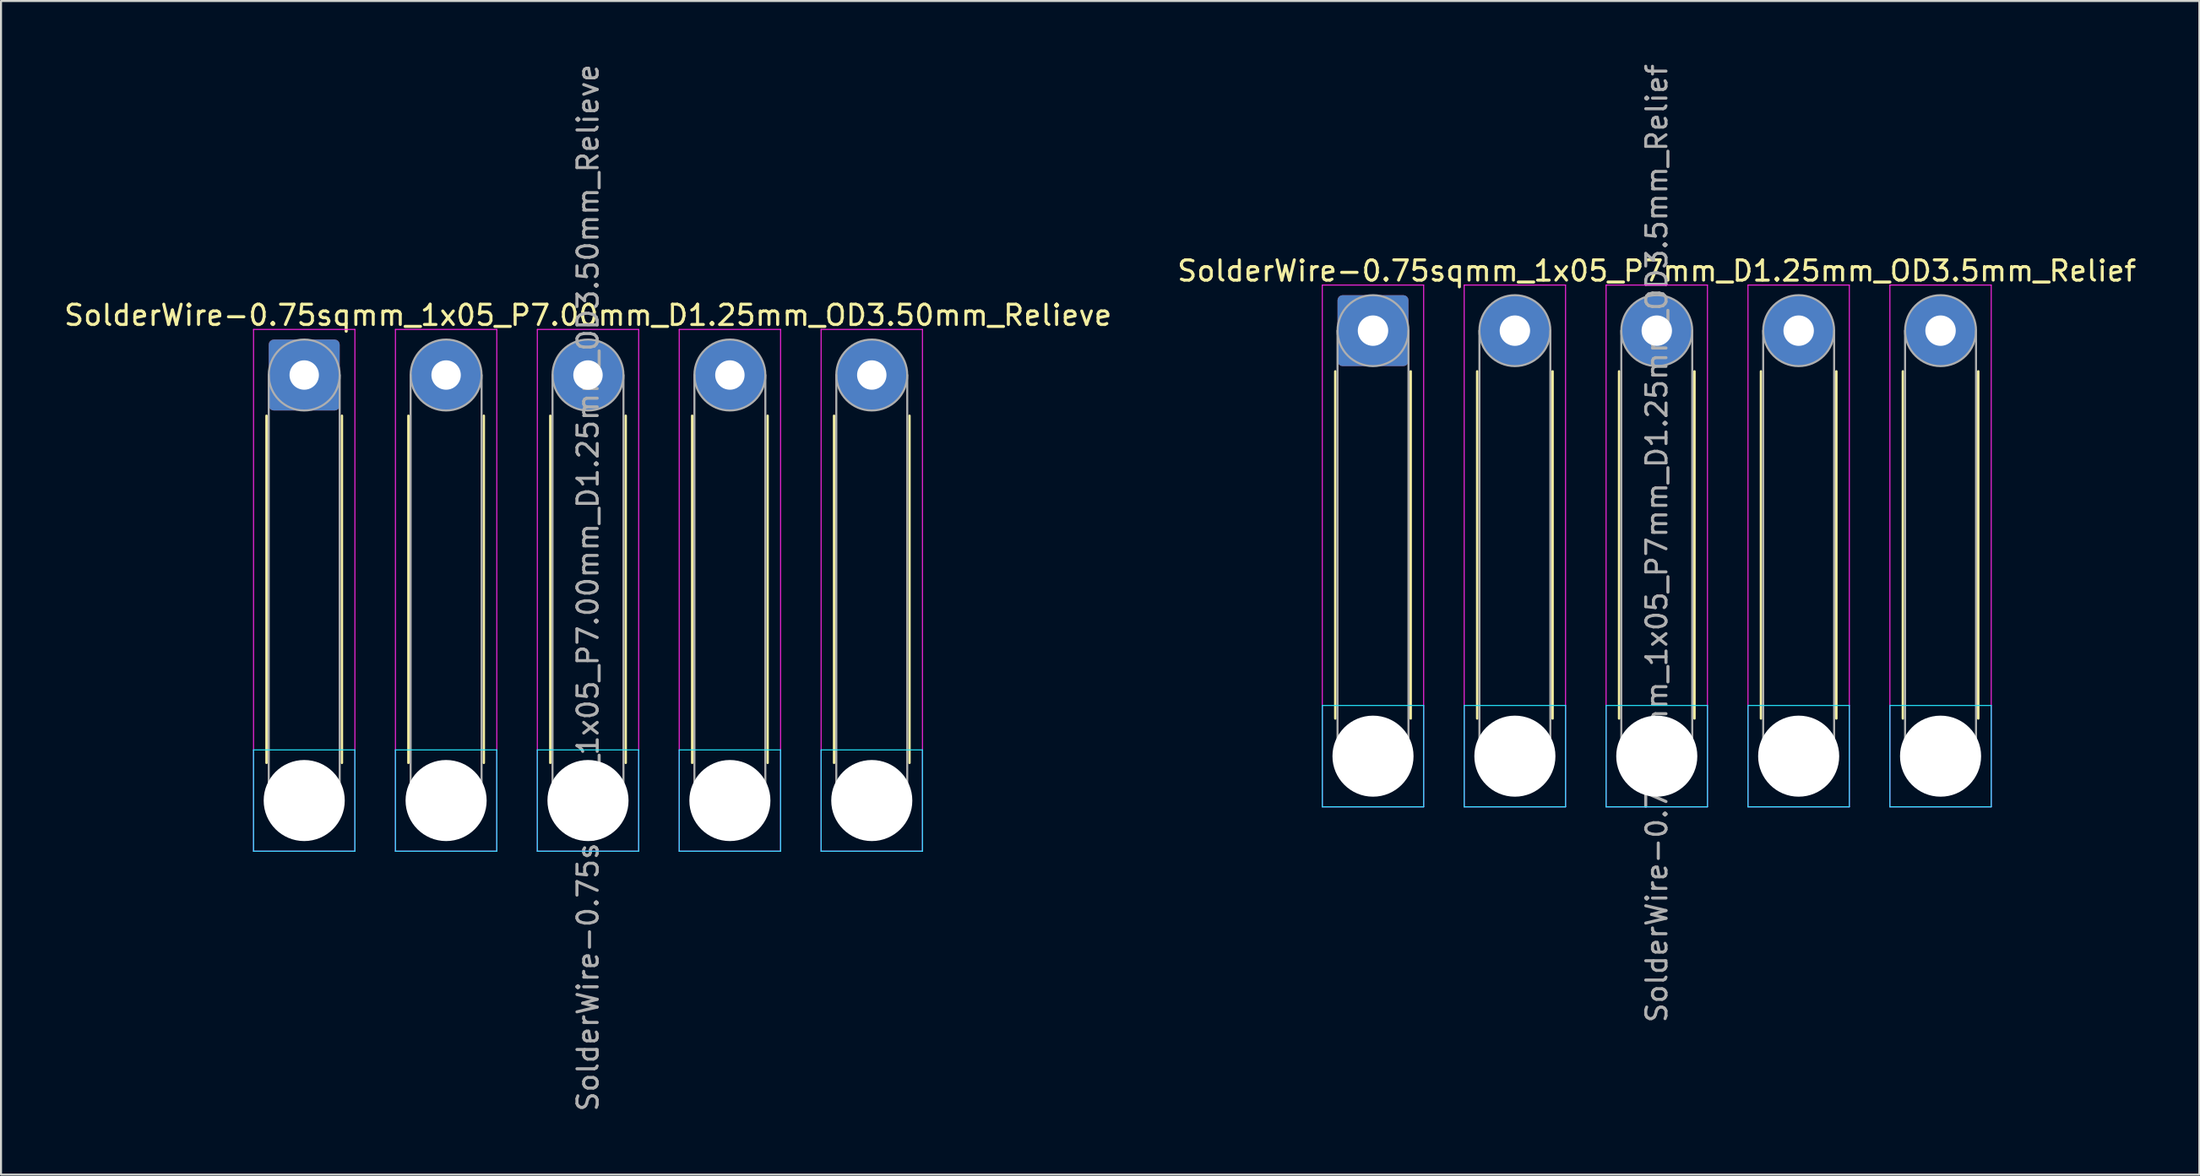
<source format=kicad_pcb>
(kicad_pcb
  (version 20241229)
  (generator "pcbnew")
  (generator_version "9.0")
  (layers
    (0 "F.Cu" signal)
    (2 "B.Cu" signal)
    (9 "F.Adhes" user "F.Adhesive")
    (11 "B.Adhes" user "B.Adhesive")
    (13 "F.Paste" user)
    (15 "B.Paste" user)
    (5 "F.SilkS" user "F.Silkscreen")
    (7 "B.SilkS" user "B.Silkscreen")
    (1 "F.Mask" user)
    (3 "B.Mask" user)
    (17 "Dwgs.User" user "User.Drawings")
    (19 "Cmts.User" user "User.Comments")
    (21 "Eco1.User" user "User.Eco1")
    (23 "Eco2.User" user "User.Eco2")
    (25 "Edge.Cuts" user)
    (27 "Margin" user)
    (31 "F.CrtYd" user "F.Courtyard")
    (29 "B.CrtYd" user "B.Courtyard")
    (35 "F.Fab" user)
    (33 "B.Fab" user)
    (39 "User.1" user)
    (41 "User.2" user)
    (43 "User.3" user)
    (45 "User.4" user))
  (footprint "SolderWire-0.75sqmm_1x05_P7mm_D1.25mm_OD3.5mm_Relief"
    (layer "F.Cu")
    (at 64.685 13.268)
    (property "Reference" "SolderWire-0.75sqmm_1x05_P7mm_D1.25mm_OD3.5mm_Relief" (at 14 -2.95 0) (layer "F.SilkS") (effects (font (size 1 1) (thickness 0.15))))
    (attr exclude_from_pos_files exclude_from_bom)
    (fp_line (start -1.86 2.01) (end -1.86 19.14) (stroke (width 0.12) (type solid)) (layer "F.SilkS"))
    (fp_line (start 1.86 2.01) (end 1.86 19.14) (stroke (width 0.12) (type solid)) (layer "F.SilkS"))
    (fp_line (start 5.14 2.01) (end 5.14 19.14) (stroke (width 0.12) (type solid)) (layer "F.SilkS"))
    (fp_line (start 8.86 2.01) (end 8.86 19.14) (stroke (width 0.12) (type solid)) (layer "F.SilkS"))
    (fp_line (start 12.14 2.01) (end 12.14 19.14) (stroke (width 0.12) (type solid)) (layer "F.SilkS"))
    (fp_line (start 15.86 2.01) (end 15.86 19.14) (stroke (width 0.12) (type solid)) (layer "F.SilkS"))
    (fp_line (start 19.14 2.01) (end 19.14 19.14) (stroke (width 0.12) (type solid)) (layer "F.SilkS"))
    (fp_line (start 22.86 2.01) (end 22.86 19.14) (stroke (width 0.12) (type solid)) (layer "F.SilkS"))
    (fp_line (start 26.14 2.01) (end 26.14 19.14) (stroke (width 0.12) (type solid)) (layer "F.SilkS"))
    (fp_line (start 29.86 2.01) (end 29.86 19.14) (stroke (width 0.12) (type solid)) (layer "F.SilkS"))
    (fp_line (start -2.5 18.5) (end -2.5 23.5) (stroke (width 0.05) (type solid)) (layer "B.CrtYd"))
    (fp_line (start -2.5 23.5) (end 2.5 23.5) (stroke (width 0.05) (type solid)) (layer "B.CrtYd"))
    (fp_line (start 2.5 18.5) (end -2.5 18.5) (stroke (width 0.05) (type solid)) (layer "B.CrtYd"))
    (fp_line (start 2.5 23.5) (end 2.5 18.5) (stroke (width 0.05) (type solid)) (layer "B.CrtYd"))
    (fp_line (start 4.5 18.5) (end 4.5 23.5) (stroke (width 0.05) (type solid)) (layer "B.CrtYd"))
    (fp_line (start 4.5 23.5) (end 9.5 23.5) (stroke (width 0.05) (type solid)) (layer "B.CrtYd"))
    (fp_line (start 9.5 18.5) (end 4.5 18.5) (stroke (width 0.05) (type solid)) (layer "B.CrtYd"))
    (fp_line (start 9.5 23.5) (end 9.5 18.5) (stroke (width 0.05) (type solid)) (layer "B.CrtYd"))
    (fp_line (start 11.5 18.5) (end 11.5 23.5) (stroke (width 0.05) (type solid)) (layer "B.CrtYd"))
    (fp_line (start 11.5 23.5) (end 16.5 23.5) (stroke (width 0.05) (type solid)) (layer "B.CrtYd"))
    (fp_line (start 16.5 18.5) (end 11.5 18.5) (stroke (width 0.05) (type solid)) (layer "B.CrtYd"))
    (fp_line (start 16.5 23.5) (end 16.5 18.5) (stroke (width 0.05) (type solid)) (layer "B.CrtYd"))
    (fp_line (start 18.5 18.5) (end 18.5 23.5) (stroke (width 0.05) (type solid)) (layer "B.CrtYd"))
    (fp_line (start 18.5 23.5) (end 23.5 23.5) (stroke (width 0.05) (type solid)) (layer "B.CrtYd"))
    (fp_line (start 23.5 18.5) (end 18.5 18.5) (stroke (width 0.05) (type solid)) (layer "B.CrtYd"))
    (fp_line (start 23.5 23.5) (end 23.5 18.5) (stroke (width 0.05) (type solid)) (layer "B.CrtYd"))
    (fp_line (start 25.5 18.5) (end 25.5 23.5) (stroke (width 0.05) (type solid)) (layer "B.CrtYd"))
    (fp_line (start 25.5 23.5) (end 30.5 23.5) (stroke (width 0.05) (type solid)) (layer "B.CrtYd"))
    (fp_line (start 30.5 18.5) (end 25.5 18.5) (stroke (width 0.05) (type solid)) (layer "B.CrtYd"))
    (fp_line (start 30.5 23.5) (end 30.5 18.5) (stroke (width 0.05) (type solid)) (layer "B.CrtYd"))
    (fp_line (start -2.5 -2.25) (end -2.5 23.5) (stroke (width 0.05) (type solid)) (layer "F.CrtYd"))
    (fp_line (start -2.5 23.5) (end 2.5 23.5) (stroke (width 0.05) (type solid)) (layer "F.CrtYd"))
    (fp_line (start 2.5 -2.25) (end -2.5 -2.25) (stroke (width 0.05) (type solid)) (layer "F.CrtYd"))
    (fp_line (start 2.5 23.5) (end 2.5 -2.25) (stroke (width 0.05) (type solid)) (layer "F.CrtYd"))
    (fp_line (start 4.5 -2.25) (end 4.5 23.5) (stroke (width 0.05) (type solid)) (layer "F.CrtYd"))
    (fp_line (start 4.5 23.5) (end 9.5 23.5) (stroke (width 0.05) (type solid)) (layer "F.CrtYd"))
    (fp_line (start 9.5 -2.25) (end 4.5 -2.25) (stroke (width 0.05) (type solid)) (layer "F.CrtYd"))
    (fp_line (start 9.5 23.5) (end 9.5 -2.25) (stroke (width 0.05) (type solid)) (layer "F.CrtYd"))
    (fp_line (start 11.5 -2.25) (end 11.5 23.5) (stroke (width 0.05) (type solid)) (layer "F.CrtYd"))
    (fp_line (start 11.5 23.5) (end 16.5 23.5) (stroke (width 0.05) (type solid)) (layer "F.CrtYd"))
    (fp_line (start 16.5 -2.25) (end 11.5 -2.25) (stroke (width 0.05) (type solid)) (layer "F.CrtYd"))
    (fp_line (start 16.5 23.5) (end 16.5 -2.25) (stroke (width 0.05) (type solid)) (layer "F.CrtYd"))
    (fp_line (start 18.5 -2.25) (end 18.5 23.5) (stroke (width 0.05) (type solid)) (layer "F.CrtYd"))
    (fp_line (start 18.5 23.5) (end 23.5 23.5) (stroke (width 0.05) (type solid)) (layer "F.CrtYd"))
    (fp_line (start 23.5 -2.25) (end 18.5 -2.25) (stroke (width 0.05) (type solid)) (layer "F.CrtYd"))
    (fp_line (start 23.5 23.5) (end 23.5 -2.25) (stroke (width 0.05) (type solid)) (layer "F.CrtYd"))
    (fp_line (start 25.5 -2.25) (end 25.5 23.5) (stroke (width 0.05) (type solid)) (layer "F.CrtYd"))
    (fp_line (start 25.5 23.5) (end 30.5 23.5) (stroke (width 0.05) (type solid)) (layer "F.CrtYd"))
    (fp_line (start 30.5 -2.25) (end 25.5 -2.25) (stroke (width 0.05) (type solid)) (layer "F.CrtYd"))
    (fp_line (start 30.5 23.5) (end 30.5 -2.25) (stroke (width 0.05) (type solid)) (layer "F.CrtYd"))
    (fp_line (start -1.75 0) (end -1.75 21) (stroke (width 0.1) (type solid)) (layer "F.Fab"))
    (fp_line (start 1.75 0) (end 1.75 21) (stroke (width 0.1) (type solid)) (layer "F.Fab"))
    (fp_line (start 5.25 0) (end 5.25 21) (stroke (width 0.1) (type solid)) (layer "F.Fab"))
    (fp_line (start 8.75 0) (end 8.75 21) (stroke (width 0.1) (type solid)) (layer "F.Fab"))
    (fp_line (start 12.25 0) (end 12.25 21) (stroke (width 0.1) (type solid)) (layer "F.Fab"))
    (fp_line (start 15.75 0) (end 15.75 21) (stroke (width 0.1) (type solid)) (layer "F.Fab"))
    (fp_line (start 19.25 0) (end 19.25 21) (stroke (width 0.1) (type solid)) (layer "F.Fab"))
    (fp_line (start 22.75 0) (end 22.75 21) (stroke (width 0.1) (type solid)) (layer "F.Fab"))
    (fp_line (start 26.25 0) (end 26.25 21) (stroke (width 0.1) (type solid)) (layer "F.Fab"))
    (fp_line (start 29.75 0) (end 29.75 21) (stroke (width 0.1) (type solid)) (layer "F.Fab"))
    (fp_circle (center 0 0) (end 1.75 0) (stroke (width 0.1) (type solid)) (fill no) (layer "F.Fab"))
    (fp_circle (center 0 21) (end 1.75 21) (stroke (width 0.1) (type solid)) (fill no) (layer "F.Fab"))
    (fp_circle (center 7 0) (end 8.75 0) (stroke (width 0.1) (type solid)) (fill no) (layer "F.Fab"))
    (fp_circle (center 7 21) (end 8.75 21) (stroke (width 0.1) (type solid)) (fill no) (layer "F.Fab"))
    (fp_circle (center 14 0) (end 15.75 0) (stroke (width 0.1) (type solid)) (fill no) (layer "F.Fab"))
    (fp_circle (center 14 21) (end 15.75 21) (stroke (width 0.1) (type solid)) (fill no) (layer "F.Fab"))
    (fp_circle (center 21 0) (end 22.75 0) (stroke (width 0.1) (type solid)) (fill no) (layer "F.Fab"))
    (fp_circle (center 21 21) (end 22.75 21) (stroke (width 0.1) (type solid)) (fill no) (layer "F.Fab"))
    (fp_circle (center 28 0) (end 29.75 0) (stroke (width 0.1) (type solid)) (fill no) (layer "F.Fab"))
    (fp_circle (center 28 21) (end 29.75 21) (stroke (width 0.1) (type solid)) (fill no) (layer "F.Fab"))
    (fp_text user "${REFERENCE}" (at 14 10.5 90) (layer "F.Fab") (effects (font (size 1 1) (thickness 0.15))))
    (pad "" np_thru_hole circle (at 0 21) (size 4 4) (drill 4) (layers "*.Cu" "*.Mask"))
    (pad "" np_thru_hole circle (at 7 21) (size 4 4) (drill 4) (layers "*.Cu" "*.Mask"))
    (pad "" np_thru_hole circle (at 14 21) (size 4 4) (drill 4) (layers "*.Cu" "*.Mask"))
    (pad "" np_thru_hole circle (at 21 21) (size 4 4) (drill 4) (layers "*.Cu" "*.Mask"))
    (pad "" np_thru_hole circle (at 28 21) (size 4 4) (drill 4) (layers "*.Cu" "*.Mask"))
    (pad "1" thru_hole roundrect (at 0 0) (size 3.5 3.5) (drill 1.5) (layers "*.Cu" "*.Mask") (roundrect_rratio 0.071))
    (pad "2" thru_hole circle (at 7 0) (size 3.5 3.5) (drill 1.5) (layers "*.Cu" "*.Mask"))
    (pad "3" thru_hole circle (at 14 0) (size 3.5 3.5) (drill 1.5) (layers "*.Cu" "*.Mask"))
    (pad "4" thru_hole circle (at 21 0) (size 3.5 3.5) (drill 1.5) (layers "*.Cu" "*.Mask"))
    (pad "5" thru_hole circle (at 28 0) (size 3.5 3.5) (drill 1.5) (layers "*.Cu" "*.Mask")))
  (footprint "SolderWire-0.75sqmm_1x05_P7.00mm_D1.25mm_OD3.50mm_Relieve"
    (layer "F.Cu")
    (at 11.958 15.458)
    (property "Reference" "SolderWire-0.75sqmm_1x05_P7.00mm_D1.25mm_OD3.50mm_Relieve" (at 14 -2.95 0) (layer "F.SilkS") (effects (font (size 1 1) (thickness 0.15))))
    (attr exclude_from_pos_files exclude_from_bom)
    (fp_line (start -1.86 2.01) (end -1.86 19.14) (stroke (width 0.12) (type solid)) (layer "F.SilkS"))
    (fp_line (start 1.86 2.01) (end 1.86 19.14) (stroke (width 0.12) (type solid)) (layer "F.SilkS"))
    (fp_line (start 5.14 2.01) (end 5.14 19.14) (stroke (width 0.12) (type solid)) (layer "F.SilkS"))
    (fp_line (start 8.86 2.01) (end 8.86 19.14) (stroke (width 0.12) (type solid)) (layer "F.SilkS"))
    (fp_line (start 12.14 2.01) (end 12.14 19.14) (stroke (width 0.12) (type solid)) (layer "F.SilkS"))
    (fp_line (start 15.86 2.01) (end 15.86 19.14) (stroke (width 0.12) (type solid)) (layer "F.SilkS"))
    (fp_line (start 19.14 2.01) (end 19.14 19.14) (stroke (width 0.12) (type solid)) (layer "F.SilkS"))
    (fp_line (start 22.86 2.01) (end 22.86 19.14) (stroke (width 0.12) (type solid)) (layer "F.SilkS"))
    (fp_line (start 26.14 2.01) (end 26.14 19.14) (stroke (width 0.12) (type solid)) (layer "F.SilkS"))
    (fp_line (start 29.86 2.01) (end 29.86 19.14) (stroke (width 0.12) (type solid)) (layer "F.SilkS"))
    (fp_line (start -2.5 18.5) (end -2.5 23.5) (stroke (width 0.05) (type solid)) (layer "B.CrtYd"))
    (fp_line (start -2.5 23.5) (end 2.5 23.5) (stroke (width 0.05) (type solid)) (layer "B.CrtYd"))
    (fp_line (start 2.5 18.5) (end -2.5 18.5) (stroke (width 0.05) (type solid)) (layer "B.CrtYd"))
    (fp_line (start 2.5 23.5) (end 2.5 18.5) (stroke (width 0.05) (type solid)) (layer "B.CrtYd"))
    (fp_line (start 4.5 18.5) (end 4.5 23.5) (stroke (width 0.05) (type solid)) (layer "B.CrtYd"))
    (fp_line (start 4.5 23.5) (end 9.5 23.5) (stroke (width 0.05) (type solid)) (layer "B.CrtYd"))
    (fp_line (start 9.5 18.5) (end 4.5 18.5) (stroke (width 0.05) (type solid)) (layer "B.CrtYd"))
    (fp_line (start 9.5 23.5) (end 9.5 18.5) (stroke (width 0.05) (type solid)) (layer "B.CrtYd"))
    (fp_line (start 11.5 18.5) (end 11.5 23.5) (stroke (width 0.05) (type solid)) (layer "B.CrtYd"))
    (fp_line (start 11.5 23.5) (end 16.5 23.5) (stroke (width 0.05) (type solid)) (layer "B.CrtYd"))
    (fp_line (start 16.5 18.5) (end 11.5 18.5) (stroke (width 0.05) (type solid)) (layer "B.CrtYd"))
    (fp_line (start 16.5 23.5) (end 16.5 18.5) (stroke (width 0.05) (type solid)) (layer "B.CrtYd"))
    (fp_line (start 18.5 18.5) (end 18.5 23.5) (stroke (width 0.05) (type solid)) (layer "B.CrtYd"))
    (fp_line (start 18.5 23.5) (end 23.5 23.5) (stroke (width 0.05) (type solid)) (layer "B.CrtYd"))
    (fp_line (start 23.5 18.5) (end 18.5 18.5) (stroke (width 0.05) (type solid)) (layer "B.CrtYd"))
    (fp_line (start 23.5 23.5) (end 23.5 18.5) (stroke (width 0.05) (type solid)) (layer "B.CrtYd"))
    (fp_line (start 25.5 18.5) (end 25.5 23.5) (stroke (width 0.05) (type solid)) (layer "B.CrtYd"))
    (fp_line (start 25.5 23.5) (end 30.5 23.5) (stroke (width 0.05) (type solid)) (layer "B.CrtYd"))
    (fp_line (start 30.5 18.5) (end 25.5 18.5) (stroke (width 0.05) (type solid)) (layer "B.CrtYd"))
    (fp_line (start 30.5 23.5) (end 30.5 18.5) (stroke (width 0.05) (type solid)) (layer "B.CrtYd"))
    (fp_line (start -2.5 -2.25) (end -2.5 23.5) (stroke (width 0.05) (type solid)) (layer "F.CrtYd"))
    (fp_line (start -2.5 23.5) (end 2.5 23.5) (stroke (width 0.05) (type solid)) (layer "F.CrtYd"))
    (fp_line (start 2.5 -2.25) (end -2.5 -2.25) (stroke (width 0.05) (type solid)) (layer "F.CrtYd"))
    (fp_line (start 2.5 23.5) (end 2.5 -2.25) (stroke (width 0.05) (type solid)) (layer "F.CrtYd"))
    (fp_line (start 4.5 -2.25) (end 4.5 23.5) (stroke (width 0.05) (type solid)) (layer "F.CrtYd"))
    (fp_line (start 4.5 23.5) (end 9.5 23.5) (stroke (width 0.05) (type solid)) (layer "F.CrtYd"))
    (fp_line (start 9.5 -2.25) (end 4.5 -2.25) (stroke (width 0.05) (type solid)) (layer "F.CrtYd"))
    (fp_line (start 9.5 23.5) (end 9.5 -2.25) (stroke (width 0.05) (type solid)) (layer "F.CrtYd"))
    (fp_line (start 11.5 -2.25) (end 11.5 23.5) (stroke (width 0.05) (type solid)) (layer "F.CrtYd"))
    (fp_line (start 11.5 23.5) (end 16.5 23.5) (stroke (width 0.05) (type solid)) (layer "F.CrtYd"))
    (fp_line (start 16.5 -2.25) (end 11.5 -2.25) (stroke (width 0.05) (type solid)) (layer "F.CrtYd"))
    (fp_line (start 16.5 23.5) (end 16.5 -2.25) (stroke (width 0.05) (type solid)) (layer "F.CrtYd"))
    (fp_line (start 18.5 -2.25) (end 18.5 23.5) (stroke (width 0.05) (type solid)) (layer "F.CrtYd"))
    (fp_line (start 18.5 23.5) (end 23.5 23.5) (stroke (width 0.05) (type solid)) (layer "F.CrtYd"))
    (fp_line (start 23.5 -2.25) (end 18.5 -2.25) (stroke (width 0.05) (type solid)) (layer "F.CrtYd"))
    (fp_line (start 23.5 23.5) (end 23.5 -2.25) (stroke (width 0.05) (type solid)) (layer "F.CrtYd"))
    (fp_line (start 25.5 -2.25) (end 25.5 23.5) (stroke (width 0.05) (type solid)) (layer "F.CrtYd"))
    (fp_line (start 25.5 23.5) (end 30.5 23.5) (stroke (width 0.05) (type solid)) (layer "F.CrtYd"))
    (fp_line (start 30.5 -2.25) (end 25.5 -2.25) (stroke (width 0.05) (type solid)) (layer "F.CrtYd"))
    (fp_line (start 30.5 23.5) (end 30.5 -2.25) (stroke (width 0.05) (type solid)) (layer "F.CrtYd"))
    (fp_line (start -1.75 0) (end -1.75 21) (stroke (width 0.1) (type solid)) (layer "F.Fab"))
    (fp_line (start 1.75 0) (end 1.75 21) (stroke (width 0.1) (type solid)) (layer "F.Fab"))
    (fp_line (start 5.25 0) (end 5.25 21) (stroke (width 0.1) (type solid)) (layer "F.Fab"))
    (fp_line (start 8.75 0) (end 8.75 21) (stroke (width 0.1) (type solid)) (layer "F.Fab"))
    (fp_line (start 12.25 0) (end 12.25 21) (stroke (width 0.1) (type solid)) (layer "F.Fab"))
    (fp_line (start 15.75 0) (end 15.75 21) (stroke (width 0.1) (type solid)) (layer "F.Fab"))
    (fp_line (start 19.25 0) (end 19.25 21) (stroke (width 0.1) (type solid)) (layer "F.Fab"))
    (fp_line (start 22.75 0) (end 22.75 21) (stroke (width 0.1) (type solid)) (layer "F.Fab"))
    (fp_line (start 26.25 0) (end 26.25 21) (stroke (width 0.1) (type solid)) (layer "F.Fab"))
    (fp_line (start 29.75 0) (end 29.75 21) (stroke (width 0.1) (type solid)) (layer "F.Fab"))
    (fp_circle (center 0 0) (end 1.75 0) (stroke (width 0.1) (type solid)) (fill no) (layer "F.Fab"))
    (fp_circle (center 0 21) (end 1.75 21) (stroke (width 0.1) (type solid)) (fill no) (layer "F.Fab"))
    (fp_circle (center 7 0) (end 8.75 0) (stroke (width 0.1) (type solid)) (fill no) (layer "F.Fab"))
    (fp_circle (center 7 21) (end 8.75 21) (stroke (width 0.1) (type solid)) (fill no) (layer "F.Fab"))
    (fp_circle (center 14 0) (end 15.75 0) (stroke (width 0.1) (type solid)) (fill no) (layer "F.Fab"))
    (fp_circle (center 14 21) (end 15.75 21) (stroke (width 0.1) (type solid)) (fill no) (layer "F.Fab"))
    (fp_circle (center 21 0) (end 22.75 0) (stroke (width 0.1) (type solid)) (fill no) (layer "F.Fab"))
    (fp_circle (center 21 21) (end 22.75 21) (stroke (width 0.1) (type solid)) (fill no) (layer "F.Fab"))
    (fp_circle (center 28 0) (end 29.75 0) (stroke (width 0.1) (type solid)) (fill no) (layer "F.Fab"))
    (fp_circle (center 28 21) (end 29.75 21) (stroke (width 0.1) (type solid)) (fill no) (layer "F.Fab"))
    (fp_text user "${REFERENCE}" (at 14 10.5 90) (layer "F.Fab") (effects (font (size 1 1) (thickness 0.15))))
    (pad "" np_thru_hole circle (at 0 21) (size 4 4) (drill 4) (layers "*.Cu" "*.Mask"))
    (pad "" np_thru_hole circle (at 7 21) (size 4 4) (drill 4) (layers "*.Cu" "*.Mask"))
    (pad "" np_thru_hole circle (at 14 21) (size 4 4) (drill 4) (layers "*.Cu" "*.Mask"))
    (pad "" np_thru_hole circle (at 21 21) (size 4 4) (drill 4) (layers "*.Cu" "*.Mask"))
    (pad "" np_thru_hole circle (at 28 21) (size 4 4) (drill 4) (layers "*.Cu" "*.Mask"))
    (pad "1" thru_hole roundrect (at 0 0) (size 3.5 3.5) (drill 1.45) (layers "*.Cu" "*.Mask") (roundrect_rratio 0.071))
    (pad "2" thru_hole circle (at 7 0) (size 3.5 3.5) (drill 1.45) (layers "*.Cu" "*.Mask"))
    (pad "3" thru_hole circle (at 14 0) (size 3.5 3.5) (drill 1.45) (layers "*.Cu" "*.Mask"))
    (pad "4" thru_hole circle (at 21 0) (size 3.5 3.5) (drill 1.45) (layers "*.Cu" "*.Mask"))
    (pad "5" thru_hole circle (at 28 0) (size 3.5 3.5) (drill 1.45) (layers "*.Cu" "*.Mask")))
  (gr_rect
    (start -3 -3)
    (end 105.452 54.917)
    (stroke (width 0.1) (type default))
    (fill no)
    (layer "Edge.Cuts")))
</source>
